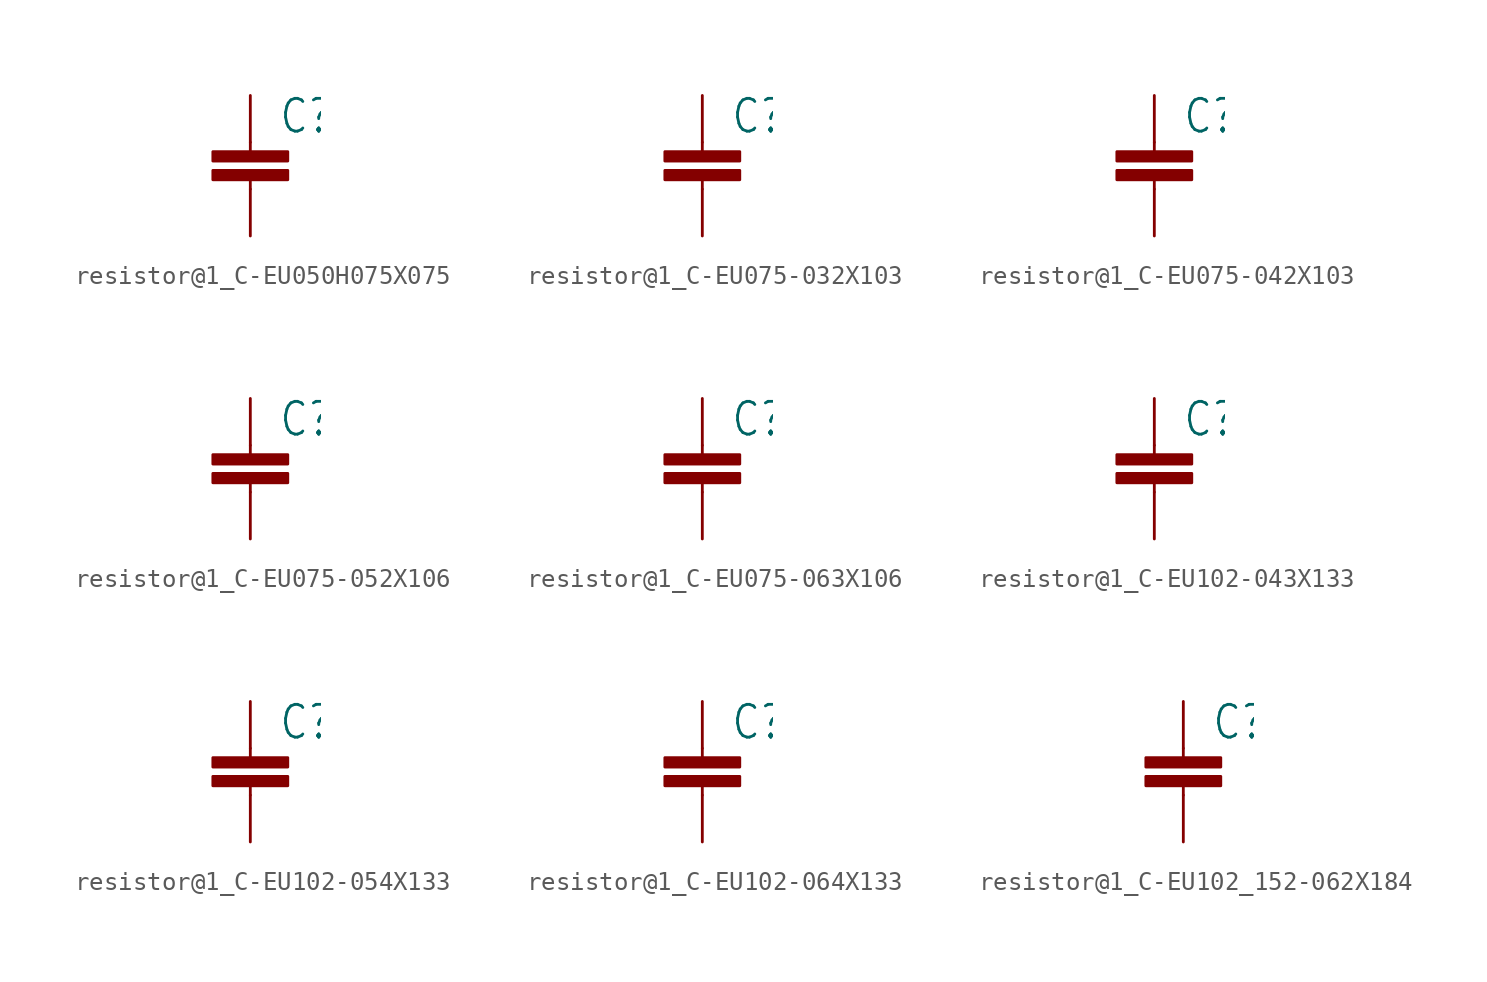
<source format=kicad_sym>
(kicad_symbol_lib
  (version 20231120)
  (generator "kicad_symbol_editor")
  (generator_version "8.0")
  (symbol "resistor@1_C-EU050H075X075"
    (property "Reference" "C"
      (at 1.524 0.381 0)
      (effects (font (size 1.778 1.511)) (justify left bottom)))
    (property "Value" ""
      (at 1.524 -4.699 0)
      (effects (font (size 1.778 1.511)) (justify left bottom)))
    (property "ki_locked" ""
      (at 0 0 0)
      (effects (font (size 1.27 1.27))))
    (symbol "resistor@1_C-EU050H075X075_1_0"
      (rectangle (start -2.032 -2.032) (end 2.032 -1.524) (stroke (width 0) (type default)) (fill (type outline)))
      (rectangle (start -2.032 -1.016) (end 2.032 -0.508) (stroke (width 0) (type default)) (fill (type outline)))
      (polyline (pts (xy 0 -2.54) (xy 0 -2.032)) (stroke (width 0.152) (type solid)) (fill (type none)))
      (polyline (pts (xy 0 0) (xy 0 -0.508)) (stroke (width 0.152) (type solid)) (fill (type none)))
      (pin passive line (at 0 2.54 270) (length 2.54) (name "1" (effects (font (size 0 0)))) (number "1" (effects (font (size 0 0)))))
      (pin passive line (at 0 -5.08 90) (length 2.54) (name "2" (effects (font (size 0 0)))) (number "2" (effects (font (size 0 0)))))))
  (symbol "resistor@1_C-EU075-032X103"
    (property "Reference" "C"
      (at 1.524 0.381 0)
      (effects (font (size 1.778 1.511)) (justify left bottom)))
    (property "Value" ""
      (at 1.524 -4.699 0)
      (effects (font (size 1.778 1.511)) (justify left bottom)))
    (property "ki_locked" ""
      (at 0 0 0)
      (effects (font (size 1.27 1.27))))
    (symbol "resistor@1_C-EU075-032X103_1_0"
      (rectangle (start -2.032 -2.032) (end 2.032 -1.524) (stroke (width 0) (type default)) (fill (type outline)))
      (rectangle (start -2.032 -1.016) (end 2.032 -0.508) (stroke (width 0) (type default)) (fill (type outline)))
      (polyline (pts (xy 0 -2.54) (xy 0 -2.032)) (stroke (width 0.152) (type solid)) (fill (type none)))
      (polyline (pts (xy 0 0) (xy 0 -0.508)) (stroke (width 0.152) (type solid)) (fill (type none)))
      (pin passive line (at 0 2.54 270) (length 2.54) (name "1" (effects (font (size 0 0)))) (number "1" (effects (font (size 0 0)))))
      (pin passive line (at 0 -5.08 90) (length 2.54) (name "2" (effects (font (size 0 0)))) (number "2" (effects (font (size 0 0)))))))
  (symbol "resistor@1_C-EU075-042X103"
    (property "Reference" "C"
      (at 1.524 0.381 0)
      (effects (font (size 1.778 1.511)) (justify left bottom)))
    (property "Value" ""
      (at 1.524 -4.699 0)
      (effects (font (size 1.778 1.511)) (justify left bottom)))
    (property "ki_locked" ""
      (at 0 0 0)
      (effects (font (size 1.27 1.27))))
    (symbol "resistor@1_C-EU075-042X103_1_0"
      (rectangle (start -2.032 -2.032) (end 2.032 -1.524) (stroke (width 0) (type default)) (fill (type outline)))
      (rectangle (start -2.032 -1.016) (end 2.032 -0.508) (stroke (width 0) (type default)) (fill (type outline)))
      (polyline (pts (xy 0 -2.54) (xy 0 -2.032)) (stroke (width 0.152) (type solid)) (fill (type none)))
      (polyline (pts (xy 0 0) (xy 0 -0.508)) (stroke (width 0.152) (type solid)) (fill (type none)))
      (pin passive line (at 0 2.54 270) (length 2.54) (name "1" (effects (font (size 0 0)))) (number "1" (effects (font (size 0 0)))))
      (pin passive line (at 0 -5.08 90) (length 2.54) (name "2" (effects (font (size 0 0)))) (number "2" (effects (font (size 0 0)))))))
  (symbol "resistor@1_C-EU075-052X106"
    (property "Reference" "C"
      (at 1.524 0.381 0)
      (effects (font (size 1.778 1.511)) (justify left bottom)))
    (property "Value" ""
      (at 1.524 -4.699 0)
      (effects (font (size 1.778 1.511)) (justify left bottom)))
    (property "ki_locked" ""
      (at 0 0 0)
      (effects (font (size 1.27 1.27))))
    (symbol "resistor@1_C-EU075-052X106_1_0"
      (rectangle (start -2.032 -2.032) (end 2.032 -1.524) (stroke (width 0) (type default)) (fill (type outline)))
      (rectangle (start -2.032 -1.016) (end 2.032 -0.508) (stroke (width 0) (type default)) (fill (type outline)))
      (polyline (pts (xy 0 -2.54) (xy 0 -2.032)) (stroke (width 0.152) (type solid)) (fill (type none)))
      (polyline (pts (xy 0 0) (xy 0 -0.508)) (stroke (width 0.152) (type solid)) (fill (type none)))
      (pin passive line (at 0 2.54 270) (length 2.54) (name "1" (effects (font (size 0 0)))) (number "1" (effects (font (size 0 0)))))
      (pin passive line (at 0 -5.08 90) (length 2.54) (name "2" (effects (font (size 0 0)))) (number "2" (effects (font (size 0 0)))))))
  (symbol "resistor@1_C-EU075-063X106"
    (property "Reference" "C"
      (at 1.524 0.381 0)
      (effects (font (size 1.778 1.511)) (justify left bottom)))
    (property "Value" ""
      (at 1.524 -4.699 0)
      (effects (font (size 1.778 1.511)) (justify left bottom)))
    (property "ki_locked" ""
      (at 0 0 0)
      (effects (font (size 1.27 1.27))))
    (symbol "resistor@1_C-EU075-063X106_1_0"
      (rectangle (start -2.032 -2.032) (end 2.032 -1.524) (stroke (width 0) (type default)) (fill (type outline)))
      (rectangle (start -2.032 -1.016) (end 2.032 -0.508) (stroke (width 0) (type default)) (fill (type outline)))
      (polyline (pts (xy 0 -2.54) (xy 0 -2.032)) (stroke (width 0.152) (type solid)) (fill (type none)))
      (polyline (pts (xy 0 0) (xy 0 -0.508)) (stroke (width 0.152) (type solid)) (fill (type none)))
      (pin passive line (at 0 2.54 270) (length 2.54) (name "1" (effects (font (size 0 0)))) (number "1" (effects (font (size 0 0)))))
      (pin passive line (at 0 -5.08 90) (length 2.54) (name "2" (effects (font (size 0 0)))) (number "2" (effects (font (size 0 0)))))))
  (symbol "resistor@1_C-EU102-043X133"
    (property "Reference" "C"
      (at 1.524 0.381 0)
      (effects (font (size 1.778 1.511)) (justify left bottom)))
    (property "Value" ""
      (at 1.524 -4.699 0)
      (effects (font (size 1.778 1.511)) (justify left bottom)))
    (property "ki_locked" ""
      (at 0 0 0)
      (effects (font (size 1.27 1.27))))
    (symbol "resistor@1_C-EU102-043X133_1_0"
      (rectangle (start -2.032 -2.032) (end 2.032 -1.524) (stroke (width 0) (type default)) (fill (type outline)))
      (rectangle (start -2.032 -1.016) (end 2.032 -0.508) (stroke (width 0) (type default)) (fill (type outline)))
      (polyline (pts (xy 0 -2.54) (xy 0 -2.032)) (stroke (width 0.152) (type solid)) (fill (type none)))
      (polyline (pts (xy 0 0) (xy 0 -0.508)) (stroke (width 0.152) (type solid)) (fill (type none)))
      (pin passive line (at 0 2.54 270) (length 2.54) (name "1" (effects (font (size 0 0)))) (number "1" (effects (font (size 0 0)))))
      (pin passive line (at 0 -5.08 90) (length 2.54) (name "2" (effects (font (size 0 0)))) (number "2" (effects (font (size 0 0)))))))
  (symbol "resistor@1_C-EU102-054X133"
    (property "Reference" "C"
      (at 1.524 0.381 0)
      (effects (font (size 1.778 1.511)) (justify left bottom)))
    (property "Value" ""
      (at 1.524 -4.699 0)
      (effects (font (size 1.778 1.511)) (justify left bottom)))
    (property "ki_locked" ""
      (at 0 0 0)
      (effects (font (size 1.27 1.27))))
    (symbol "resistor@1_C-EU102-054X133_1_0"
      (rectangle (start -2.032 -2.032) (end 2.032 -1.524) (stroke (width 0) (type default)) (fill (type outline)))
      (rectangle (start -2.032 -1.016) (end 2.032 -0.508) (stroke (width 0) (type default)) (fill (type outline)))
      (polyline (pts (xy 0 -2.54) (xy 0 -2.032)) (stroke (width 0.152) (type solid)) (fill (type none)))
      (polyline (pts (xy 0 0) (xy 0 -0.508)) (stroke (width 0.152) (type solid)) (fill (type none)))
      (pin passive line (at 0 2.54 270) (length 2.54) (name "1" (effects (font (size 0 0)))) (number "1" (effects (font (size 0 0)))))
      (pin passive line (at 0 -5.08 90) (length 2.54) (name "2" (effects (font (size 0 0)))) (number "2" (effects (font (size 0 0)))))))
  (symbol "resistor@1_C-EU102-064X133"
    (property "Reference" "C"
      (at 1.524 0.381 0)
      (effects (font (size 1.778 1.511)) (justify left bottom)))
    (property "Value" ""
      (at 1.524 -4.699 0)
      (effects (font (size 1.778 1.511)) (justify left bottom)))
    (property "ki_locked" ""
      (at 0 0 0)
      (effects (font (size 1.27 1.27))))
    (symbol "resistor@1_C-EU102-064X133_1_0"
      (rectangle (start -2.032 -2.032) (end 2.032 -1.524) (stroke (width 0) (type default)) (fill (type outline)))
      (rectangle (start -2.032 -1.016) (end 2.032 -0.508) (stroke (width 0) (type default)) (fill (type outline)))
      (polyline (pts (xy 0 -2.54) (xy 0 -2.032)) (stroke (width 0.152) (type solid)) (fill (type none)))
      (polyline (pts (xy 0 0) (xy 0 -0.508)) (stroke (width 0.152) (type solid)) (fill (type none)))
      (pin passive line (at 0 2.54 270) (length 2.54) (name "1" (effects (font (size 0 0)))) (number "1" (effects (font (size 0 0)))))
      (pin passive line (at 0 -5.08 90) (length 2.54) (name "2" (effects (font (size 0 0)))) (number "2" (effects (font (size 0 0)))))))
  (symbol "resistor@1_C-EU102_152-062X184"
    (property "Reference" "C"
      (at 1.524 0.381 0)
      (effects (font (size 1.778 1.511)) (justify left bottom)))
    (property "Value" ""
      (at 1.524 -4.699 0)
      (effects (font (size 1.778 1.511)) (justify left bottom)))
    (property "ki_locked" ""
      (at 0 0 0)
      (effects (font (size 1.27 1.27))))
    (symbol "resistor@1_C-EU102_152-062X184_1_0"
      (rectangle (start -2.032 -2.032) (end 2.032 -1.524) (stroke (width 0) (type default)) (fill (type outline)))
      (rectangle (start -2.032 -1.016) (end 2.032 -0.508) (stroke (width 0) (type default)) (fill (type outline)))
      (polyline (pts (xy 0 -2.54) (xy 0 -2.032)) (stroke (width 0.152) (type solid)) (fill (type none)))
      (polyline (pts (xy 0 0) (xy 0 -0.508)) (stroke (width 0.152) (type solid)) (fill (type none)))
      (pin passive line (at 0 2.54 270) (length 2.54) (name "1" (effects (font (size 0 0)))) (number "1" (effects (font (size 0 0)))))
      (pin passive line (at 0 -5.08 90) (length 2.54) (name "2" (effects (font (size 0 0)))) (number "2" (effects (font (size 0 0))))))))
</source>
